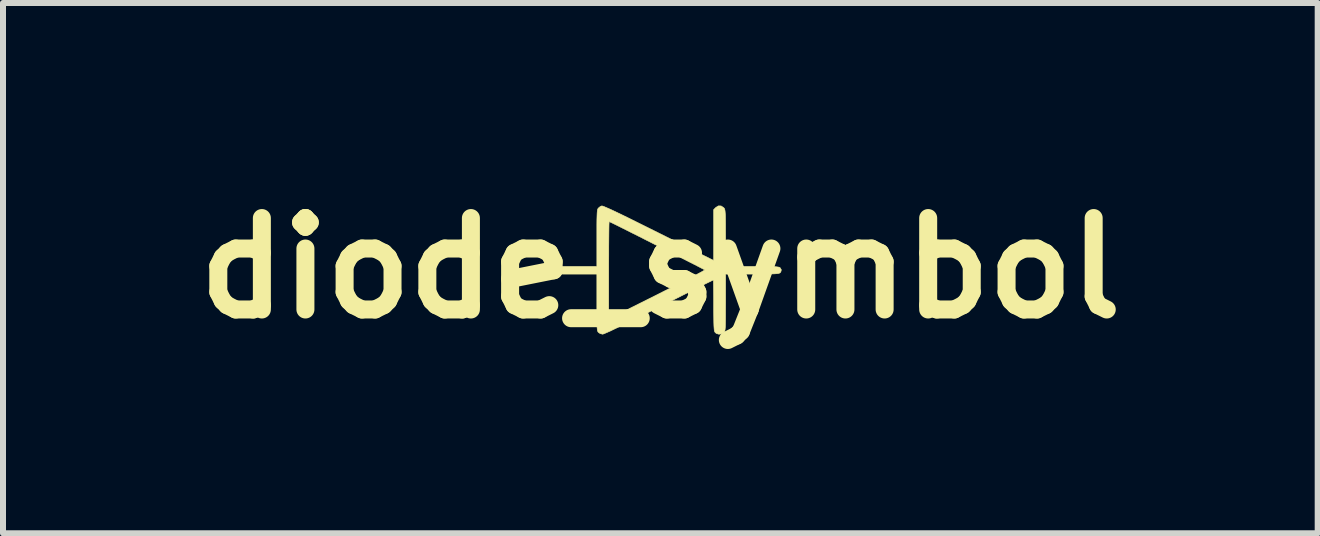
<source format=kicad_pcb>
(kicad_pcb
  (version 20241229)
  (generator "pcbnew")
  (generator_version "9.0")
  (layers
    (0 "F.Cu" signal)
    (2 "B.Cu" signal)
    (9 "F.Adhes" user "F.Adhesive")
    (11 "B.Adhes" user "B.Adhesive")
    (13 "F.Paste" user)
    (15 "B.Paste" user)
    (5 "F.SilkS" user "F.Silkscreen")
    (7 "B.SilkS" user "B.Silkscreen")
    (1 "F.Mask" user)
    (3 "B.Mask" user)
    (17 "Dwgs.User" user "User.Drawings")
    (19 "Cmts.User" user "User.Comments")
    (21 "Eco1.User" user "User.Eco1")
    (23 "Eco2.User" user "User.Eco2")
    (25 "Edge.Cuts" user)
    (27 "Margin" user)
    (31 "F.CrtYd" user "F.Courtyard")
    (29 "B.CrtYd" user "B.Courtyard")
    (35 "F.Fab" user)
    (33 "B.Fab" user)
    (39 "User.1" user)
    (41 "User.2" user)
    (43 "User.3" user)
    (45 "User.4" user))
  (footprint "diode_symbol"
    (layer "F.Cu")
    (at 7.954 1.418)
    (property "Reference" "diode_symbol" (at 0 0 0) (layer "F.SilkS") (effects (font (size 1.524 1.524) (thickness 0.3))))
    (attr through_hole)
    (fp_poly (pts (xy 1.012 -1.036) (xy 1.054 -1.008) (xy 1.062 -1) (xy 1.069 -0.99) (xy 1.074 -0.975) (xy 1.078 -0.954) (xy 1.081 -0.921) (xy 1.084 -0.876) (xy 1.085 -0.814) (xy 1.086 -0.733) (xy 1.086 -0.63) (xy 1.087 -0.502) (xy 1.087 -0.028) (xy 1.53 -0.028) (xy 1.656 -0.028) (xy 1.756 -0.028) (xy 1.834 -0.026) (xy 1.893 -0.025) (xy 1.935 -0.022) (xy 1.964 -0.018) (xy 1.983 -0.014) (xy 1.994 -0.008) (xy 1.996 -0.006) (xy 2.016 0.028) (xy 2.008 0.061) (xy 1.996 0.077) (xy 1.986 0.083) (xy 1.97 0.088) (xy 1.945 0.092) (xy 1.906 0.095) (xy 1.852 0.097) (xy 1.78 0.098) (xy 1.686 0.099) (xy 1.568 0.099) (xy 1.53 0.099) (xy 1.087 0.099) (xy 1.087 0.572) (xy 1.086 0.7) (xy 1.086 0.803) (xy 1.085 0.883) (xy 1.084 0.945) (xy 1.082 0.99) (xy 1.079 1.022) (xy 1.075 1.043) (xy 1.07 1.057) (xy 1.063 1.067) (xy 1.058 1.072) (xy 1.019 1.096) (xy 0.973 1.101) (xy 0.932 1.088) (xy 0.911 1.069) (xy 0.905 1.057) (xy 0.899 1.037) (xy 0.896 1.007) (xy 0.893 0.964) (xy 0.891 0.904) (xy 0.89 0.826) (xy 0.889 0.724) (xy 0.889 0.618) (xy 0.889 0.512) (xy 0.888 0.416) (xy 0.887 0.333) (xy 0.886 0.267) (xy 0.885 0.222) (xy 0.883 0.199) (xy 0.883 0.198) (xy 0.869 0.204) (xy 0.833 0.222) (xy 0.775 0.25) (xy 0.698 0.288) (xy 0.604 0.335) (xy 0.495 0.39) (xy 0.373 0.451) (xy 0.24 0.518) (xy 0.097 0.589) (xy -0.022 0.649) (xy -0.202 0.739) (xy -0.365 0.82) (xy -0.511 0.892) (xy -0.638 0.954) (xy -0.747 1.006) (xy -0.834 1.048) (xy -0.9 1.077) (xy -0.943 1.095) (xy -0.961 1.101) (xy -1.002 1.091) (xy -1.03 1.072) (xy -1.038 1.064) (xy -1.044 1.052) (xy -1.049 1.036) (xy -1.052 1.01) (xy -1.055 0.974) (xy -1.057 0.923) (xy -1.058 0.854) (xy -1.058 0.765) (xy -1.058 0.652) (xy -1.058 0.572) (xy -1.058 0.099) (xy -1.502 0.099) (xy -1.628 0.099) (xy -1.728 0.098) (xy -1.806 0.097) (xy -1.865 0.095) (xy -1.907 0.093) (xy -1.936 0.089) (xy -1.955 0.084) (xy -1.965 0.078) (xy -1.967 0.077) (xy -1.988 0.043) (xy -1.986 0.035) (xy -0.861 0.035) (xy -0.861 0.847) (xy -0.055 0.444) (xy 0.085 0.373) (xy 0.217 0.307) (xy 0.339 0.245) (xy 0.448 0.188) (xy 0.543 0.139) (xy 0.622 0.097) (xy 0.682 0.065) (xy 0.722 0.042) (xy 0.739 0.03) (xy 0.739 0.029) (xy 0.725 0.021) (xy 0.688 0.002) (xy 0.631 -0.028) (xy 0.557 -0.066) (xy 0.468 -0.111) (xy 0.368 -0.162) (xy 0.257 -0.218) (xy 0.14 -0.278) (xy 0.019 -0.339) (xy -0.104 -0.401) (xy -0.226 -0.463) (xy -0.344 -0.523) (xy -0.456 -0.579) (xy -0.559 -0.631) (xy -0.651 -0.677) (xy -0.729 -0.716) (xy -0.79 -0.746) (xy -0.832 -0.766) (xy -0.852 -0.776) (xy -0.853 -0.776) (xy -0.854 -0.762) (xy -0.856 -0.723) (xy -0.857 -0.66) (xy -0.858 -0.577) (xy -0.859 -0.475) (xy -0.86 -0.358) (xy -0.86 -0.227) (xy -0.861 -0.086) (xy -0.861 0.035) (xy -1.986 0.035) (xy -1.98 0.009) (xy -1.967 -0.006) (xy -1.958 -0.012) (xy -1.942 -0.017) (xy -1.916 -0.021) (xy -1.878 -0.024) (xy -1.824 -0.026) (xy -1.752 -0.027) (xy -1.658 -0.028) (xy -1.539 -0.028) (xy -1.502 -0.028) (xy -1.058 -0.028) (xy -1.058 -0.499) (xy -1.058 -0.628) (xy -1.058 -0.732) (xy -1.057 -0.813) (xy -1.055 -0.875) (xy -1.053 -0.921) (xy -1.05 -0.953) (xy -1.046 -0.975) (xy -1.041 -0.989) (xy -1.034 -0.999) (xy -1.034 -0.999) (xy -1.003 -1.025) (xy -0.979 -1.036) (xy -0.965 -1.035) (xy -0.937 -1.025) (xy -0.893 -1.006) (xy -0.831 -0.979) (xy -0.752 -0.942) (xy -0.654 -0.895) (xy -0.535 -0.837) (xy -0.394 -0.767) (xy -0.231 -0.686) (xy -0.044 -0.593) (xy -0.03 -0.586) (xy 0.889 -0.127) (xy 0.889 -0.975) (xy 0.925 -1.011) (xy 0.967 -1.037) (xy 1.012 -1.036)) (stroke (width 0.01) (type solid)) (fill yes) (layer "F.SilkS")))
  (gr_rect
    (start -3 -3)
    (end 18.908 5.836)
    (stroke (width 0.1) (type default))
    (fill no)
    (layer "Edge.Cuts")))
</source>
